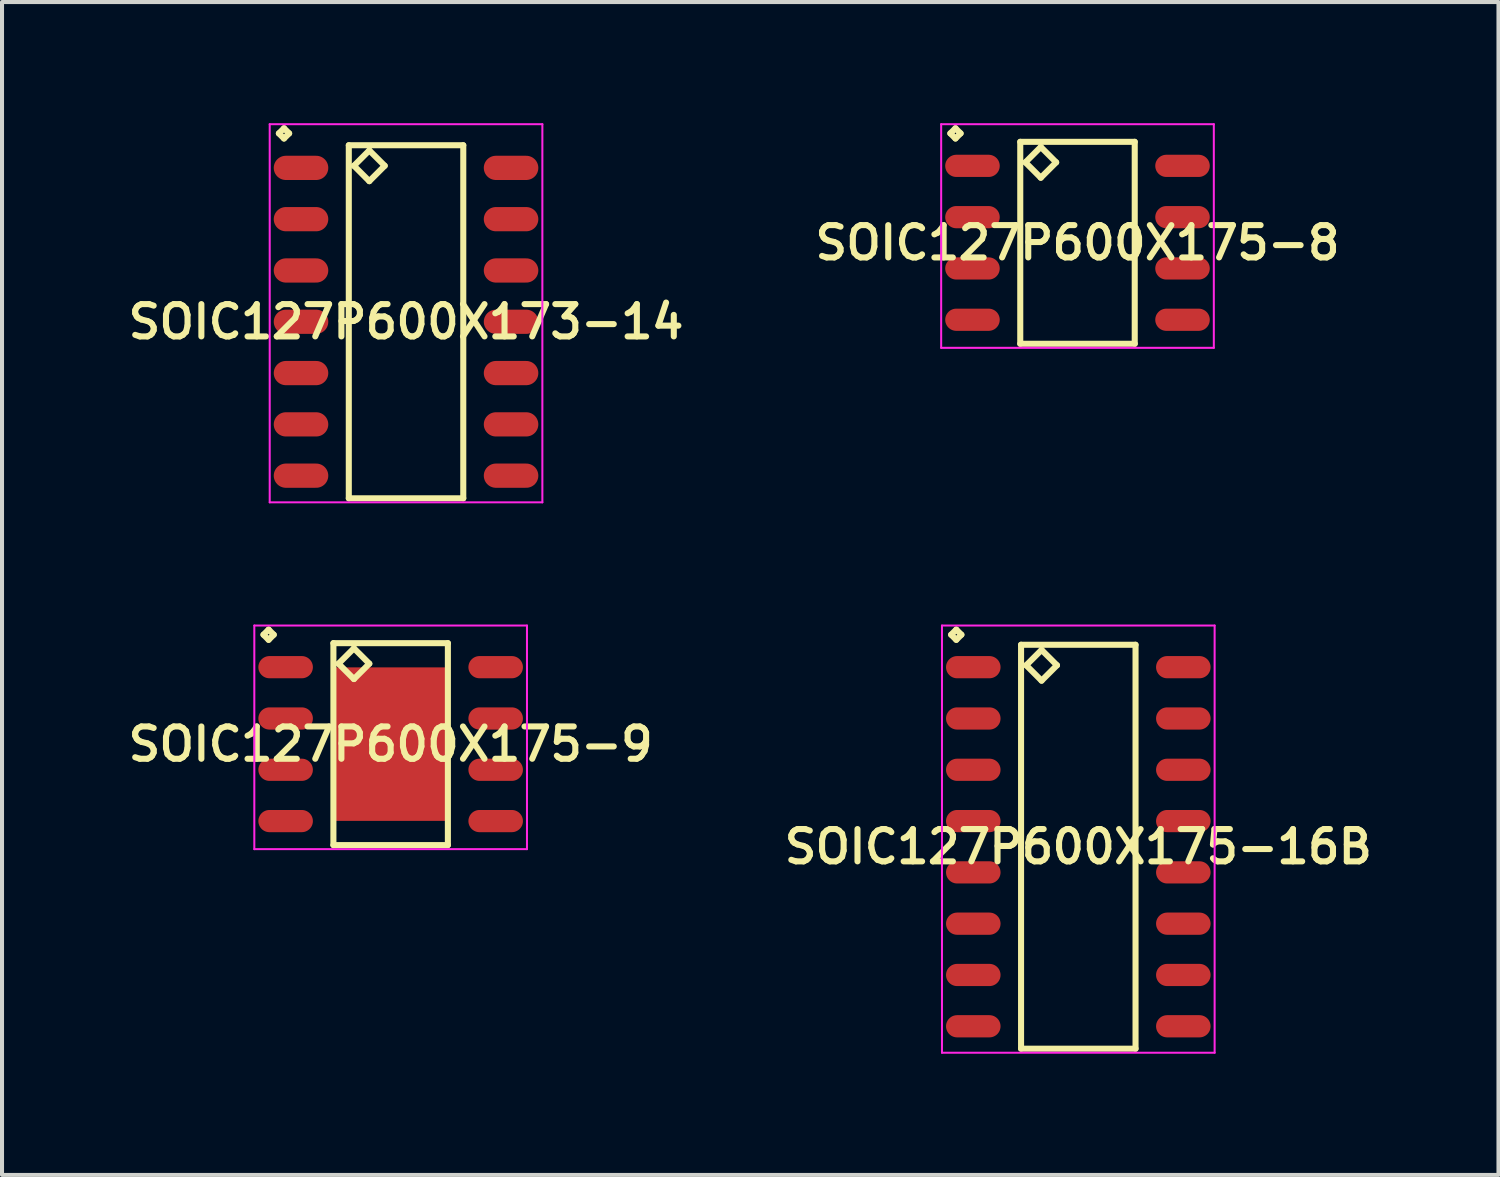
<source format=kicad_pcb>
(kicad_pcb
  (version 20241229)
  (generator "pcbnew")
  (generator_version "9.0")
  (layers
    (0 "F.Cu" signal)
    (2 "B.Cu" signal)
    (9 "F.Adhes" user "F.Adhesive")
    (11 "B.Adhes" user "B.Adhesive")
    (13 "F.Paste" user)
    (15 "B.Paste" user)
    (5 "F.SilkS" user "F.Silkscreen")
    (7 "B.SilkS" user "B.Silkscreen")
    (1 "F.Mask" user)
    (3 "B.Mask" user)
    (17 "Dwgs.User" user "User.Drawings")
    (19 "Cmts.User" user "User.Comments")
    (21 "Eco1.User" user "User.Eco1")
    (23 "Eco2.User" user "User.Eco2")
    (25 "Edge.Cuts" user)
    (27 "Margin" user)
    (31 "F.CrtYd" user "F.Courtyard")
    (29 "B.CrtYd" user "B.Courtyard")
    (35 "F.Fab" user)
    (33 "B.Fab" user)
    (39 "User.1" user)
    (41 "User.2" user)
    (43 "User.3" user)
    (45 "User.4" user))
  (footprint "SOIC127P600X175-9"
    (layer "F.Cu")
    (at 6.621 15.372)
    (property "Reference" "SOIC127P600X175-9" (at 0 0 0) (layer "F.SilkS") (effects (font (size 0.8 0.8) (thickness 0.15))))
    (attr smd)
    (fp_line (start -3.148 -2.709) (end -3.021 -2.836) (stroke (width 0.15) (type solid)) (layer "F.SilkS"))
    (fp_line (start -3.021 -2.836) (end -2.894 -2.709) (stroke (width 0.15) (type solid)) (layer "F.SilkS"))
    (fp_line (start -3.021 -2.582) (end -3.148 -2.709) (stroke (width 0.15) (type solid)) (layer "F.SilkS"))
    (fp_line (start -2.894 -2.709) (end -3.021 -2.582) (stroke (width 0.15) (type solid)) (layer "F.SilkS"))
    (fp_line (start -1.417 -2.5) (end -1.417 2.5) (stroke (width 0.15) (type solid)) (layer "F.SilkS"))
    (fp_line (start -1.417 2.5) (end 1.417 2.5) (stroke (width 0.15) (type solid)) (layer "F.SilkS"))
    (fp_line (start -1.29 -1.992) (end -0.909 -2.373) (stroke (width 0.15) (type solid)) (layer "F.SilkS"))
    (fp_line (start -0.909 -2.373) (end -0.528 -1.992) (stroke (width 0.15) (type solid)) (layer "F.SilkS"))
    (fp_line (start -0.909 -1.611) (end -1.29 -1.992) (stroke (width 0.15) (type solid)) (layer "F.SilkS"))
    (fp_line (start -0.528 -1.992) (end -0.909 -1.611) (stroke (width 0.15) (type solid)) (layer "F.SilkS"))
    (fp_line (start 1.417 -2.5) (end -1.417 -2.5) (stroke (width 0.15) (type solid)) (layer "F.SilkS"))
    (fp_line (start 1.417 2.5) (end 1.417 -2.5) (stroke (width 0.15) (type solid)) (layer "F.SilkS"))
    (fp_line (start -3.375 -2.936) (end 3.375 -2.936) (stroke (width 0.05) (type solid)) (layer "F.CrtYd"))
    (fp_line (start -3.375 2.6) (end -3.375 -2.936) (stroke (width 0.05) (type solid)) (layer "F.CrtYd"))
    (fp_line (start 3.375 -2.936) (end 3.375 2.6) (stroke (width 0.05) (type solid)) (layer "F.CrtYd"))
    (fp_line (start 3.375 2.6) (end -3.375 2.6) (stroke (width 0.05) (type solid)) (layer "F.CrtYd"))
    (pad "1" smd oval (at -2.6 -1.905) (size 1.35 0.55) (layers "F.Cu" "F.Mask" "F.Paste"))
    (pad "2" smd oval (at -2.6 -0.635) (size 1.35 0.55) (layers "F.Cu" "F.Mask" "F.Paste"))
    (pad "3" smd oval (at -2.6 0.635) (size 1.35 0.55) (layers "F.Cu" "F.Mask" "F.Paste"))
    (pad "4" smd oval (at -2.6 1.905) (size 1.35 0.55) (layers "F.Cu" "F.Mask" "F.Paste"))
    (pad "5" smd oval (at 2.6 1.905) (size 1.35 0.55) (layers "F.Cu" "F.Mask" "F.Paste"))
    (pad "6" smd oval (at 2.6 0.635) (size 1.35 0.55) (layers "F.Cu" "F.Mask" "F.Paste"))
    (pad "7" smd oval (at 2.6 -0.635) (size 1.35 0.55) (layers "F.Cu" "F.Mask" "F.Paste"))
    (pad "8" smd oval (at 2.6 -1.905) (size 1.35 0.55) (layers "F.Cu" "F.Mask" "F.Paste"))
    (pad "9" smd rect (at 0 0) (size 2.75 3.8) (layers "F.Cu" "F.Mask" "F.Paste")))
  (footprint "SOIC127P600X175-16B"
    (layer "F.Cu")
    (at 23.645 17.912)
    (property "Reference" "SOIC127P600X175-16B" (at 0 0 0) (layer "F.SilkS") (effects (font (size 0.8 0.8) (thickness 0.15))))
    (attr smd)
    (fp_line (start -3.148 -5.249) (end -3.021 -5.376) (stroke (width 0.15) (type solid)) (layer "F.SilkS"))
    (fp_line (start -3.021 -5.376) (end -2.894 -5.249) (stroke (width 0.15) (type solid)) (layer "F.SilkS"))
    (fp_line (start -3.021 -5.122) (end -3.148 -5.249) (stroke (width 0.15) (type solid)) (layer "F.SilkS"))
    (fp_line (start -2.894 -5.249) (end -3.021 -5.122) (stroke (width 0.15) (type solid)) (layer "F.SilkS"))
    (fp_line (start -1.417 -5) (end -1.417 5) (stroke (width 0.15) (type solid)) (layer "F.SilkS"))
    (fp_line (start -1.417 5) (end 1.417 5) (stroke (width 0.15) (type solid)) (layer "F.SilkS"))
    (fp_line (start -1.29 -4.492) (end -0.909 -4.873) (stroke (width 0.15) (type solid)) (layer "F.SilkS"))
    (fp_line (start -0.909 -4.873) (end -0.528 -4.492) (stroke (width 0.15) (type solid)) (layer "F.SilkS"))
    (fp_line (start -0.909 -4.111) (end -1.29 -4.492) (stroke (width 0.15) (type solid)) (layer "F.SilkS"))
    (fp_line (start -0.528 -4.492) (end -0.909 -4.111) (stroke (width 0.15) (type solid)) (layer "F.SilkS"))
    (fp_line (start 1.417 -5) (end -1.417 -5) (stroke (width 0.15) (type solid)) (layer "F.SilkS"))
    (fp_line (start 1.417 5) (end 1.417 -5) (stroke (width 0.15) (type solid)) (layer "F.SilkS"))
    (fp_line (start -3.375 -5.476) (end 3.375 -5.476) (stroke (width 0.05) (type solid)) (layer "F.CrtYd"))
    (fp_line (start -3.375 5.1) (end -3.375 -5.476) (stroke (width 0.05) (type solid)) (layer "F.CrtYd"))
    (fp_line (start 3.375 -5.476) (end 3.375 5.1) (stroke (width 0.05) (type solid)) (layer "F.CrtYd"))
    (fp_line (start 3.375 5.1) (end -3.375 5.1) (stroke (width 0.05) (type solid)) (layer "F.CrtYd"))
    (pad "1" smd oval (at -2.6 -4.445) (size 1.35 0.55) (layers "F.Cu" "F.Mask" "F.Paste"))
    (pad "2" smd oval (at -2.6 -3.175) (size 1.35 0.55) (layers "F.Cu" "F.Mask" "F.Paste"))
    (pad "3" smd oval (at -2.6 -1.905) (size 1.35 0.55) (layers "F.Cu" "F.Mask" "F.Paste"))
    (pad "4" smd oval (at -2.6 -0.635) (size 1.35 0.55) (layers "F.Cu" "F.Mask" "F.Paste"))
    (pad "5" smd oval (at -2.6 0.635) (size 1.35 0.55) (layers "F.Cu" "F.Mask" "F.Paste"))
    (pad "6" smd oval (at -2.6 1.905) (size 1.35 0.55) (layers "F.Cu" "F.Mask" "F.Paste"))
    (pad "7" smd oval (at -2.6 3.175) (size 1.35 0.55) (layers "F.Cu" "F.Mask" "F.Paste"))
    (pad "8" smd oval (at -2.6 4.445) (size 1.35 0.55) (layers "F.Cu" "F.Mask" "F.Paste"))
    (pad "9" smd oval (at 2.6 4.445) (size 1.35 0.55) (layers "F.Cu" "F.Mask" "F.Paste"))
    (pad "10" smd oval (at 2.6 3.175) (size 1.35 0.55) (layers "F.Cu" "F.Mask" "F.Paste"))
    (pad "11" smd oval (at 2.6 1.905) (size 1.35 0.55) (layers "F.Cu" "F.Mask" "F.Paste"))
    (pad "12" smd oval (at 2.6 0.635) (size 1.35 0.55) (layers "F.Cu" "F.Mask" "F.Paste"))
    (pad "13" smd oval (at 2.6 -0.635) (size 1.35 0.55) (layers "F.Cu" "F.Mask" "F.Paste"))
    (pad "14" smd oval (at 2.6 -1.905) (size 1.35 0.55) (layers "F.Cu" "F.Mask" "F.Paste"))
    (pad "15" smd oval (at 2.6 -3.175) (size 1.35 0.55) (layers "F.Cu" "F.Mask" "F.Paste"))
    (pad "16" smd oval (at 2.6 -4.445) (size 1.35 0.55) (layers "F.Cu" "F.Mask" "F.Paste")))
  (footprint "SOIC127P600X173-14"
    (layer "F.Cu")
    (at 7.002 4.916)
    (property "Reference" "SOIC127P600X173-14" (at 0 0 0) (layer "F.SilkS") (effects (font (size 0.8 0.8) (thickness 0.15))))
    (attr smd)
    (fp_line (start -3.148 -4.664) (end -3.021 -4.791) (stroke (width 0.15) (type solid)) (layer "F.SilkS"))
    (fp_line (start -3.021 -4.791) (end -2.894 -4.664) (stroke (width 0.15) (type solid)) (layer "F.SilkS"))
    (fp_line (start -3.021 -4.537) (end -3.148 -4.664) (stroke (width 0.15) (type solid)) (layer "F.SilkS"))
    (fp_line (start -2.894 -4.664) (end -3.021 -4.537) (stroke (width 0.15) (type solid)) (layer "F.SilkS"))
    (fp_line (start -1.417 -4.37) (end -1.417 4.37) (stroke (width 0.15) (type solid)) (layer "F.SilkS"))
    (fp_line (start -1.417 4.37) (end 1.417 4.37) (stroke (width 0.15) (type solid)) (layer "F.SilkS"))
    (fp_line (start -1.29 -3.862) (end -0.909 -4.243) (stroke (width 0.15) (type solid)) (layer "F.SilkS"))
    (fp_line (start -0.909 -4.243) (end -0.528 -3.862) (stroke (width 0.15) (type solid)) (layer "F.SilkS"))
    (fp_line (start -0.909 -3.481) (end -1.29 -3.862) (stroke (width 0.15) (type solid)) (layer "F.SilkS"))
    (fp_line (start -0.528 -3.862) (end -0.909 -3.481) (stroke (width 0.15) (type solid)) (layer "F.SilkS"))
    (fp_line (start 1.417 -4.37) (end -1.417 -4.37) (stroke (width 0.15) (type solid)) (layer "F.SilkS"))
    (fp_line (start 1.417 4.37) (end 1.417 -4.37) (stroke (width 0.15) (type solid)) (layer "F.SilkS"))
    (fp_line (start -3.375 -4.891) (end 3.375 -4.891) (stroke (width 0.05) (type solid)) (layer "F.CrtYd"))
    (fp_line (start -3.375 4.47) (end -3.375 -4.891) (stroke (width 0.05) (type solid)) (layer "F.CrtYd"))
    (fp_line (start 3.375 -4.891) (end 3.375 4.47) (stroke (width 0.05) (type solid)) (layer "F.CrtYd"))
    (fp_line (start 3.375 4.47) (end -3.375 4.47) (stroke (width 0.05) (type solid)) (layer "F.CrtYd"))
    (pad "1" smd oval (at -2.6 -3.81) (size 1.35 0.6) (layers "F.Cu" "F.Mask" "F.Paste"))
    (pad "2" smd oval (at -2.6 -2.54) (size 1.35 0.6) (layers "F.Cu" "F.Mask" "F.Paste"))
    (pad "3" smd oval (at -2.6 -1.27) (size 1.35 0.6) (layers "F.Cu" "F.Mask" "F.Paste"))
    (pad "4" smd oval (at -2.6 0) (size 1.35 0.6) (layers "F.Cu" "F.Mask" "F.Paste"))
    (pad "5" smd oval (at -2.6 1.27) (size 1.35 0.6) (layers "F.Cu" "F.Mask" "F.Paste"))
    (pad "6" smd oval (at -2.6 2.54) (size 1.35 0.6) (layers "F.Cu" "F.Mask" "F.Paste"))
    (pad "7" smd oval (at -2.6 3.81) (size 1.35 0.6) (layers "F.Cu" "F.Mask" "F.Paste"))
    (pad "8" smd oval (at 2.6 3.81) (size 1.35 0.6) (layers "F.Cu" "F.Mask" "F.Paste"))
    (pad "9" smd oval (at 2.6 2.54) (size 1.35 0.6) (layers "F.Cu" "F.Mask" "F.Paste"))
    (pad "10" smd oval (at 2.6 1.27) (size 1.35 0.6) (layers "F.Cu" "F.Mask" "F.Paste"))
    (pad "11" smd oval (at 2.6 0) (size 1.35 0.6) (layers "F.Cu" "F.Mask" "F.Paste"))
    (pad "12" smd oval (at 2.6 -1.27) (size 1.35 0.6) (layers "F.Cu" "F.Mask" "F.Paste"))
    (pad "13" smd oval (at 2.6 -2.54) (size 1.35 0.6) (layers "F.Cu" "F.Mask" "F.Paste"))
    (pad "14" smd oval (at 2.6 -3.81) (size 1.35 0.6) (layers "F.Cu" "F.Mask" "F.Paste")))
  (footprint "SOIC127P600X175-8"
    (layer "F.Cu")
    (at 23.625 2.961)
    (property "Reference" "SOIC127P600X175-8" (at 0 0 0) (layer "F.SilkS") (effects (font (size 0.8 0.8) (thickness 0.15))))
    (attr smd)
    (fp_line (start -3.148 -2.709) (end -3.021 -2.836) (stroke (width 0.15) (type solid)) (layer "F.SilkS"))
    (fp_line (start -3.021 -2.836) (end -2.894 -2.709) (stroke (width 0.15) (type solid)) (layer "F.SilkS"))
    (fp_line (start -3.021 -2.582) (end -3.148 -2.709) (stroke (width 0.15) (type solid)) (layer "F.SilkS"))
    (fp_line (start -2.894 -2.709) (end -3.021 -2.582) (stroke (width 0.15) (type solid)) (layer "F.SilkS"))
    (fp_line (start -1.417 -2.5) (end -1.417 2.5) (stroke (width 0.15) (type solid)) (layer "F.SilkS"))
    (fp_line (start -1.417 2.5) (end 1.417 2.5) (stroke (width 0.15) (type solid)) (layer "F.SilkS"))
    (fp_line (start -1.29 -1.992) (end -0.909 -2.373) (stroke (width 0.15) (type solid)) (layer "F.SilkS"))
    (fp_line (start -0.909 -2.373) (end -0.528 -1.992) (stroke (width 0.15) (type solid)) (layer "F.SilkS"))
    (fp_line (start -0.909 -1.611) (end -1.29 -1.992) (stroke (width 0.15) (type solid)) (layer "F.SilkS"))
    (fp_line (start -0.528 -1.992) (end -0.909 -1.611) (stroke (width 0.15) (type solid)) (layer "F.SilkS"))
    (fp_line (start 1.417 -2.5) (end -1.417 -2.5) (stroke (width 0.15) (type solid)) (layer "F.SilkS"))
    (fp_line (start 1.417 2.5) (end 1.417 -2.5) (stroke (width 0.15) (type solid)) (layer "F.SilkS"))
    (fp_line (start -3.375 -2.936) (end 3.375 -2.936) (stroke (width 0.05) (type solid)) (layer "F.CrtYd"))
    (fp_line (start -3.375 2.6) (end -3.375 -2.936) (stroke (width 0.05) (type solid)) (layer "F.CrtYd"))
    (fp_line (start 3.375 -2.936) (end 3.375 2.6) (stroke (width 0.05) (type solid)) (layer "F.CrtYd"))
    (fp_line (start 3.375 2.6) (end -3.375 2.6) (stroke (width 0.05) (type solid)) (layer "F.CrtYd"))
    (pad "1" smd oval (at -2.6 -1.905) (size 1.35 0.55) (layers "F.Cu" "F.Mask" "F.Paste"))
    (pad "2" smd oval (at -2.6 -0.635) (size 1.35 0.55) (layers "F.Cu" "F.Mask" "F.Paste"))
    (pad "3" smd oval (at -2.6 0.635) (size 1.35 0.55) (layers "F.Cu" "F.Mask" "F.Paste"))
    (pad "4" smd oval (at -2.6 1.905) (size 1.35 0.55) (layers "F.Cu" "F.Mask" "F.Paste"))
    (pad "5" smd oval (at 2.6 1.905) (size 1.35 0.55) (layers "F.Cu" "F.Mask" "F.Paste"))
    (pad "6" smd oval (at 2.6 0.635) (size 1.35 0.55) (layers "F.Cu" "F.Mask" "F.Paste"))
    (pad "7" smd oval (at 2.6 -0.635) (size 1.35 0.55) (layers "F.Cu" "F.Mask" "F.Paste"))
    (pad "8" smd oval (at 2.6 -1.905) (size 1.35 0.55) (layers "F.Cu" "F.Mask" "F.Paste")))
  (gr_rect
    (start -3 -3)
    (end 34.047 26.037)
    (stroke (width 0.1) (type default))
    (fill no)
    (layer "Edge.Cuts")))
</source>
